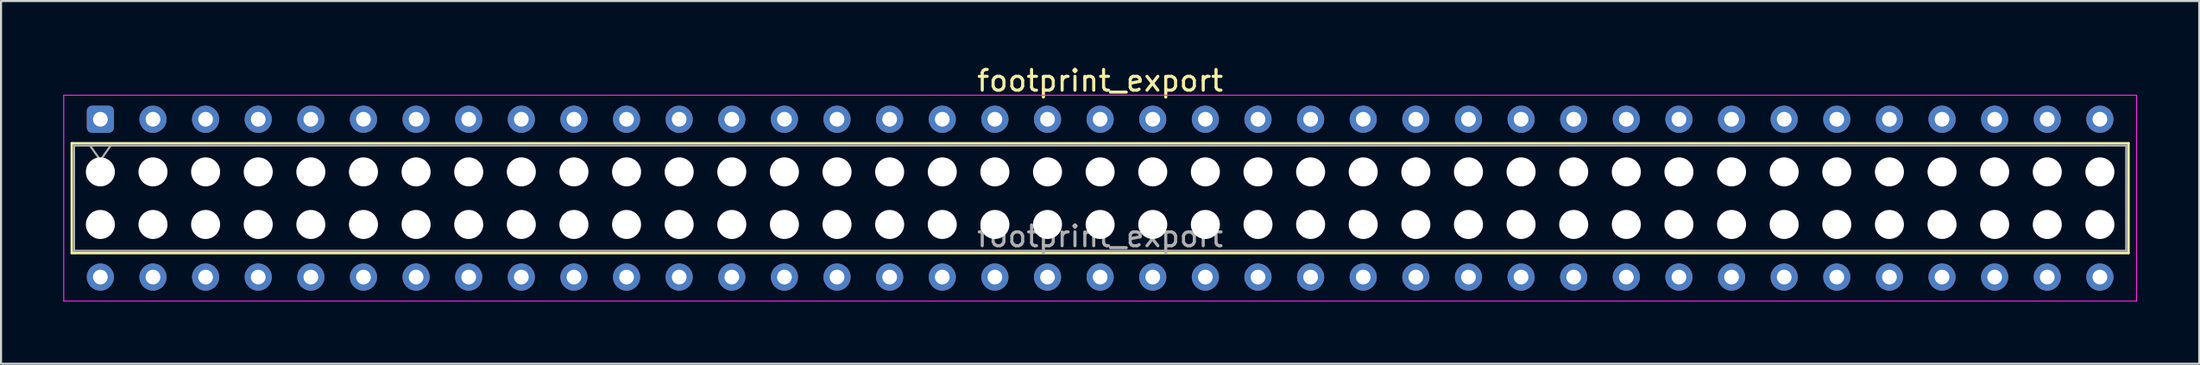
<source format=kicad_pcb>
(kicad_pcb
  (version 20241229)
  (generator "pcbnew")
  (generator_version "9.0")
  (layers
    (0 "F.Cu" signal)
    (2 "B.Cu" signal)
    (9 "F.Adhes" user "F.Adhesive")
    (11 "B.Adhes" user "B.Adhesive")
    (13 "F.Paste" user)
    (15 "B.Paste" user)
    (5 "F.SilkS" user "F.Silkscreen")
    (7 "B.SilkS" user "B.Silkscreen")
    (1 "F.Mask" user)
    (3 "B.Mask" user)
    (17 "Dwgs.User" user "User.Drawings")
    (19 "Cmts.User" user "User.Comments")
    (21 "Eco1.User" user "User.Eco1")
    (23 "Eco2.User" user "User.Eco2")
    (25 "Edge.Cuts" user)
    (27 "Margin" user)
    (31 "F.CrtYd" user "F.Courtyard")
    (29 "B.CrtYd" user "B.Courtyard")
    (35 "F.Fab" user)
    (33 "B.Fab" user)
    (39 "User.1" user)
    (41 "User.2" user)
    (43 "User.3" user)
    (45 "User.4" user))
  (footprint "footprint_export"
    (layer "F.Cu")
    (at 1.795 2.708)
    (property "Reference" "footprint_export" (at 48.26 -1.86 0) (layer "F.SilkS") (effects (font (size 1 1) (thickness 0.15))))
    (attr through_hole)
    (fp_line (start -1.38 1.16) (end 97.9 1.16) (stroke (width 0.12) (type solid)) (layer "F.SilkS"))
    (fp_line (start -1.38 6.46) (end -1.38 1.16) (stroke (width 0.12) (type solid)) (layer "F.SilkS"))
    (fp_line (start 97.9 1.16) (end 97.9 6.46) (stroke (width 0.12) (type solid)) (layer "F.SilkS"))
    (fp_line (start 97.9 6.46) (end -1.38 6.46) (stroke (width 0.12) (type solid)) (layer "F.SilkS"))
    (fp_line (start -1.77 -1.16) (end 98.29 -1.16) (stroke (width 0.05) (type solid)) (layer "F.CrtYd"))
    (fp_line (start -1.77 8.78) (end -1.77 -1.16) (stroke (width 0.05) (type solid)) (layer "F.CrtYd"))
    (fp_line (start 98.29 -1.16) (end 98.29 8.78) (stroke (width 0.05) (type solid)) (layer "F.CrtYd"))
    (fp_line (start 98.29 8.78) (end -1.77 8.78) (stroke (width 0.05) (type solid)) (layer "F.CrtYd"))
    (fp_line (start -1.27 1.27) (end 97.79 1.27) (stroke (width 0.1) (type solid)) (layer "F.Fab"))
    (fp_line (start -1.27 6.35) (end -1.27 1.27) (stroke (width 0.1) (type solid)) (layer "F.Fab"))
    (fp_line (start -0.5 1.27) (end 0 1.977) (stroke (width 0.1) (type solid)) (layer "F.Fab"))
    (fp_line (start 0 1.977) (end 0.5 1.27) (stroke (width 0.1) (type solid)) (layer "F.Fab"))
    (fp_line (start 97.79 1.27) (end 97.79 6.35) (stroke (width 0.1) (type solid)) (layer "F.Fab"))
    (fp_line (start 97.79 6.35) (end -1.27 6.35) (stroke (width 0.1) (type solid)) (layer "F.Fab"))
    (fp_text user "${REFERENCE}" (at 48.26 5.65 0) (layer "F.Fab") (effects (font (size 1 1) (thickness 0.15))))
    (pad "" np_thru_hole circle (at 0 2.54) (size 1.4 1.4) (drill 1.4) (layers "*.Cu" "*.Mask"))
    (pad "" np_thru_hole circle (at 0 5.08) (size 1.4 1.4) (drill 1.4) (layers "*.Cu" "*.Mask"))
    (pad "" np_thru_hole circle (at 2.54 2.54) (size 1.4 1.4) (drill 1.4) (layers "*.Cu" "*.Mask"))
    (pad "" np_thru_hole circle (at 2.54 5.08) (size 1.4 1.4) (drill 1.4) (layers "*.Cu" "*.Mask"))
    (pad "" np_thru_hole circle (at 5.08 2.54) (size 1.4 1.4) (drill 1.4) (layers "*.Cu" "*.Mask"))
    (pad "" np_thru_hole circle (at 5.08 5.08) (size 1.4 1.4) (drill 1.4) (layers "*.Cu" "*.Mask"))
    (pad "" np_thru_hole circle (at 7.62 2.54) (size 1.4 1.4) (drill 1.4) (layers "*.Cu" "*.Mask"))
    (pad "" np_thru_hole circle (at 7.62 5.08) (size 1.4 1.4) (drill 1.4) (layers "*.Cu" "*.Mask"))
    (pad "" np_thru_hole circle (at 10.16 2.54) (size 1.4 1.4) (drill 1.4) (layers "*.Cu" "*.Mask"))
    (pad "" np_thru_hole circle (at 10.16 5.08) (size 1.4 1.4) (drill 1.4) (layers "*.Cu" "*.Mask"))
    (pad "" np_thru_hole circle (at 12.7 2.54) (size 1.4 1.4) (drill 1.4) (layers "*.Cu" "*.Mask"))
    (pad "" np_thru_hole circle (at 12.7 5.08) (size 1.4 1.4) (drill 1.4) (layers "*.Cu" "*.Mask"))
    (pad "" np_thru_hole circle (at 15.24 2.54) (size 1.4 1.4) (drill 1.4) (layers "*.Cu" "*.Mask"))
    (pad "" np_thru_hole circle (at 15.24 5.08) (size 1.4 1.4) (drill 1.4) (layers "*.Cu" "*.Mask"))
    (pad "" np_thru_hole circle (at 17.78 2.54) (size 1.4 1.4) (drill 1.4) (layers "*.Cu" "*.Mask"))
    (pad "" np_thru_hole circle (at 17.78 5.08) (size 1.4 1.4) (drill 1.4) (layers "*.Cu" "*.Mask"))
    (pad "" np_thru_hole circle (at 20.32 2.54) (size 1.4 1.4) (drill 1.4) (layers "*.Cu" "*.Mask"))
    (pad "" np_thru_hole circle (at 20.32 5.08) (size 1.4 1.4) (drill 1.4) (layers "*.Cu" "*.Mask"))
    (pad "" np_thru_hole circle (at 22.86 2.54) (size 1.4 1.4) (drill 1.4) (layers "*.Cu" "*.Mask"))
    (pad "" np_thru_hole circle (at 22.86 5.08) (size 1.4 1.4) (drill 1.4) (layers "*.Cu" "*.Mask"))
    (pad "" np_thru_hole circle (at 25.4 2.54) (size 1.4 1.4) (drill 1.4) (layers "*.Cu" "*.Mask"))
    (pad "" np_thru_hole circle (at 25.4 5.08) (size 1.4 1.4) (drill 1.4) (layers "*.Cu" "*.Mask"))
    (pad "" np_thru_hole circle (at 27.94 2.54) (size 1.4 1.4) (drill 1.4) (layers "*.Cu" "*.Mask"))
    (pad "" np_thru_hole circle (at 27.94 5.08) (size 1.4 1.4) (drill 1.4) (layers "*.Cu" "*.Mask"))
    (pad "" np_thru_hole circle (at 30.48 2.54) (size 1.4 1.4) (drill 1.4) (layers "*.Cu" "*.Mask"))
    (pad "" np_thru_hole circle (at 30.48 5.08) (size 1.4 1.4) (drill 1.4) (layers "*.Cu" "*.Mask"))
    (pad "" np_thru_hole circle (at 33.02 2.54) (size 1.4 1.4) (drill 1.4) (layers "*.Cu" "*.Mask"))
    (pad "" np_thru_hole circle (at 33.02 5.08) (size 1.4 1.4) (drill 1.4) (layers "*.Cu" "*.Mask"))
    (pad "" np_thru_hole circle (at 35.56 2.54) (size 1.4 1.4) (drill 1.4) (layers "*.Cu" "*.Mask"))
    (pad "" np_thru_hole circle (at 35.56 5.08) (size 1.4 1.4) (drill 1.4) (layers "*.Cu" "*.Mask"))
    (pad "" np_thru_hole circle (at 38.1 2.54) (size 1.4 1.4) (drill 1.4) (layers "*.Cu" "*.Mask"))
    (pad "" np_thru_hole circle (at 38.1 5.08) (size 1.4 1.4) (drill 1.4) (layers "*.Cu" "*.Mask"))
    (pad "" np_thru_hole circle (at 40.64 2.54) (size 1.4 1.4) (drill 1.4) (layers "*.Cu" "*.Mask"))
    (pad "" np_thru_hole circle (at 40.64 5.08) (size 1.4 1.4) (drill 1.4) (layers "*.Cu" "*.Mask"))
    (pad "" np_thru_hole circle (at 43.18 2.54) (size 1.4 1.4) (drill 1.4) (layers "*.Cu" "*.Mask"))
    (pad "" np_thru_hole circle (at 43.18 5.08) (size 1.4 1.4) (drill 1.4) (layers "*.Cu" "*.Mask"))
    (pad "" np_thru_hole circle (at 45.72 2.54) (size 1.4 1.4) (drill 1.4) (layers "*.Cu" "*.Mask"))
    (pad "" np_thru_hole circle (at 45.72 5.08) (size 1.4 1.4) (drill 1.4) (layers "*.Cu" "*.Mask"))
    (pad "" np_thru_hole circle (at 48.26 2.54) (size 1.4 1.4) (drill 1.4) (layers "*.Cu" "*.Mask"))
    (pad "" np_thru_hole circle (at 48.26 5.08) (size 1.4 1.4) (drill 1.4) (layers "*.Cu" "*.Mask"))
    (pad "" np_thru_hole circle (at 50.8 2.54) (size 1.4 1.4) (drill 1.4) (layers "*.Cu" "*.Mask"))
    (pad "" np_thru_hole circle (at 50.8 5.08) (size 1.4 1.4) (drill 1.4) (layers "*.Cu" "*.Mask"))
    (pad "" np_thru_hole circle (at 53.34 2.54) (size 1.4 1.4) (drill 1.4) (layers "*.Cu" "*.Mask"))
    (pad "" np_thru_hole circle (at 53.34 5.08) (size 1.4 1.4) (drill 1.4) (layers "*.Cu" "*.Mask"))
    (pad "" np_thru_hole circle (at 55.88 2.54) (size 1.4 1.4) (drill 1.4) (layers "*.Cu" "*.Mask"))
    (pad "" np_thru_hole circle (at 55.88 5.08) (size 1.4 1.4) (drill 1.4) (layers "*.Cu" "*.Mask"))
    (pad "" np_thru_hole circle (at 58.42 2.54) (size 1.4 1.4) (drill 1.4) (layers "*.Cu" "*.Mask"))
    (pad "" np_thru_hole circle (at 58.42 5.08) (size 1.4 1.4) (drill 1.4) (layers "*.Cu" "*.Mask"))
    (pad "" np_thru_hole circle (at 60.96 2.54) (size 1.4 1.4) (drill 1.4) (layers "*.Cu" "*.Mask"))
    (pad "" np_thru_hole circle (at 60.96 5.08) (size 1.4 1.4) (drill 1.4) (layers "*.Cu" "*.Mask"))
    (pad "" np_thru_hole circle (at 63.5 2.54) (size 1.4 1.4) (drill 1.4) (layers "*.Cu" "*.Mask"))
    (pad "" np_thru_hole circle (at 63.5 5.08) (size 1.4 1.4) (drill 1.4) (layers "*.Cu" "*.Mask"))
    (pad "" np_thru_hole circle (at 66.04 2.54) (size 1.4 1.4) (drill 1.4) (layers "*.Cu" "*.Mask"))
    (pad "" np_thru_hole circle (at 66.04 5.08) (size 1.4 1.4) (drill 1.4) (layers "*.Cu" "*.Mask"))
    (pad "" np_thru_hole circle (at 68.58 2.54) (size 1.4 1.4) (drill 1.4) (layers "*.Cu" "*.Mask"))
    (pad "" np_thru_hole circle (at 68.58 5.08) (size 1.4 1.4) (drill 1.4) (layers "*.Cu" "*.Mask"))
    (pad "" np_thru_hole circle (at 71.12 2.54) (size 1.4 1.4) (drill 1.4) (layers "*.Cu" "*.Mask"))
    (pad "" np_thru_hole circle (at 71.12 5.08) (size 1.4 1.4) (drill 1.4) (layers "*.Cu" "*.Mask"))
    (pad "" np_thru_hole circle (at 73.66 2.54) (size 1.4 1.4) (drill 1.4) (layers "*.Cu" "*.Mask"))
    (pad "" np_thru_hole circle (at 73.66 5.08) (size 1.4 1.4) (drill 1.4) (layers "*.Cu" "*.Mask"))
    (pad "" np_thru_hole circle (at 76.2 2.54) (size 1.4 1.4) (drill 1.4) (layers "*.Cu" "*.Mask"))
    (pad "" np_thru_hole circle (at 76.2 5.08) (size 1.4 1.4) (drill 1.4) (layers "*.Cu" "*.Mask"))
    (pad "" np_thru_hole circle (at 78.74 2.54) (size 1.4 1.4) (drill 1.4) (layers "*.Cu" "*.Mask"))
    (pad "" np_thru_hole circle (at 78.74 5.08) (size 1.4 1.4) (drill 1.4) (layers "*.Cu" "*.Mask"))
    (pad "" np_thru_hole circle (at 81.28 2.54) (size 1.4 1.4) (drill 1.4) (layers "*.Cu" "*.Mask"))
    (pad "" np_thru_hole circle (at 81.28 5.08) (size 1.4 1.4) (drill 1.4) (layers "*.Cu" "*.Mask"))
    (pad "" np_thru_hole circle (at 83.82 2.54) (size 1.4 1.4) (drill 1.4) (layers "*.Cu" "*.Mask"))
    (pad "" np_thru_hole circle (at 83.82 5.08) (size 1.4 1.4) (drill 1.4) (layers "*.Cu" "*.Mask"))
    (pad "" np_thru_hole circle (at 86.36 2.54) (size 1.4 1.4) (drill 1.4) (layers "*.Cu" "*.Mask"))
    (pad "" np_thru_hole circle (at 86.36 5.08) (size 1.4 1.4) (drill 1.4) (layers "*.Cu" "*.Mask"))
    (pad "" np_thru_hole circle (at 88.9 2.54) (size 1.4 1.4) (drill 1.4) (layers "*.Cu" "*.Mask"))
    (pad "" np_thru_hole circle (at 88.9 5.08) (size 1.4 1.4) (drill 1.4) (layers "*.Cu" "*.Mask"))
    (pad "" np_thru_hole circle (at 91.44 2.54) (size 1.4 1.4) (drill 1.4) (layers "*.Cu" "*.Mask"))
    (pad "" np_thru_hole circle (at 91.44 5.08) (size 1.4 1.4) (drill 1.4) (layers "*.Cu" "*.Mask"))
    (pad "" np_thru_hole circle (at 93.98 2.54) (size 1.4 1.4) (drill 1.4) (layers "*.Cu" "*.Mask"))
    (pad "" np_thru_hole circle (at 93.98 5.08) (size 1.4 1.4) (drill 1.4) (layers "*.Cu" "*.Mask"))
    (pad "" np_thru_hole circle (at 96.52 2.54) (size 1.4 1.4) (drill 1.4) (layers "*.Cu" "*.Mask"))
    (pad "" np_thru_hole circle (at 96.52 5.08) (size 1.4 1.4) (drill 1.4) (layers "*.Cu" "*.Mask"))
    (pad "1" thru_hole roundrect (at 0 0) (size 1.31 1.31) (drill 0.71) (layers "*.Cu" "*.Mask") (roundrect_rratio 0.191))
    (pad "2" thru_hole circle (at 0 7.62) (size 1.31 1.31) (drill 0.71) (layers "*.Cu" "*.Mask"))
    (pad "3" thru_hole circle (at 2.54 0) (size 1.31 1.31) (drill 0.71) (layers "*.Cu" "*.Mask"))
    (pad "4" thru_hole circle (at 2.54 7.62) (size 1.31 1.31) (drill 0.71) (layers "*.Cu" "*.Mask"))
    (pad "5" thru_hole circle (at 5.08 0) (size 1.31 1.31) (drill 0.71) (layers "*.Cu" "*.Mask"))
    (pad "6" thru_hole circle (at 5.08 7.62) (size 1.31 1.31) (drill 0.71) (layers "*.Cu" "*.Mask"))
    (pad "7" thru_hole circle (at 7.62 0) (size 1.31 1.31) (drill 0.71) (layers "*.Cu" "*.Mask"))
    (pad "8" thru_hole circle (at 7.62 7.62) (size 1.31 1.31) (drill 0.71) (layers "*.Cu" "*.Mask"))
    (pad "9" thru_hole circle (at 10.16 0) (size 1.31 1.31) (drill 0.71) (layers "*.Cu" "*.Mask"))
    (pad "10" thru_hole circle (at 10.16 7.62) (size 1.31 1.31) (drill 0.71) (layers "*.Cu" "*.Mask"))
    (pad "11" thru_hole circle (at 12.7 0) (size 1.31 1.31) (drill 0.71) (layers "*.Cu" "*.Mask"))
    (pad "12" thru_hole circle (at 12.7 7.62) (size 1.31 1.31) (drill 0.71) (layers "*.Cu" "*.Mask"))
    (pad "13" thru_hole circle (at 15.24 0) (size 1.31 1.31) (drill 0.71) (layers "*.Cu" "*.Mask"))
    (pad "14" thru_hole circle (at 15.24 7.62) (size 1.31 1.31) (drill 0.71) (layers "*.Cu" "*.Mask"))
    (pad "15" thru_hole circle (at 17.78 0) (size 1.31 1.31) (drill 0.71) (layers "*.Cu" "*.Mask"))
    (pad "16" thru_hole circle (at 17.78 7.62) (size 1.31 1.31) (drill 0.71) (layers "*.Cu" "*.Mask"))
    (pad "17" thru_hole circle (at 20.32 0) (size 1.31 1.31) (drill 0.71) (layers "*.Cu" "*.Mask"))
    (pad "18" thru_hole circle (at 20.32 7.62) (size 1.31 1.31) (drill 0.71) (layers "*.Cu" "*.Mask"))
    (pad "19" thru_hole circle (at 22.86 0) (size 1.31 1.31) (drill 0.71) (layers "*.Cu" "*.Mask"))
    (pad "20" thru_hole circle (at 22.86 7.62) (size 1.31 1.31) (drill 0.71) (layers "*.Cu" "*.Mask"))
    (pad "21" thru_hole circle (at 25.4 0) (size 1.31 1.31) (drill 0.71) (layers "*.Cu" "*.Mask"))
    (pad "22" thru_hole circle (at 25.4 7.62) (size 1.31 1.31) (drill 0.71) (layers "*.Cu" "*.Mask"))
    (pad "23" thru_hole circle (at 27.94 0) (size 1.31 1.31) (drill 0.71) (layers "*.Cu" "*.Mask"))
    (pad "24" thru_hole circle (at 27.94 7.62) (size 1.31 1.31) (drill 0.71) (layers "*.Cu" "*.Mask"))
    (pad "25" thru_hole circle (at 30.48 0) (size 1.31 1.31) (drill 0.71) (layers "*.Cu" "*.Mask"))
    (pad "26" thru_hole circle (at 30.48 7.62) (size 1.31 1.31) (drill 0.71) (layers "*.Cu" "*.Mask"))
    (pad "27" thru_hole circle (at 33.02 0) (size 1.31 1.31) (drill 0.71) (layers "*.Cu" "*.Mask"))
    (pad "28" thru_hole circle (at 33.02 7.62) (size 1.31 1.31) (drill 0.71) (layers "*.Cu" "*.Mask"))
    (pad "29" thru_hole circle (at 35.56 0) (size 1.31 1.31) (drill 0.71) (layers "*.Cu" "*.Mask"))
    (pad "30" thru_hole circle (at 35.56 7.62) (size 1.31 1.31) (drill 0.71) (layers "*.Cu" "*.Mask"))
    (pad "31" thru_hole circle (at 38.1 0) (size 1.31 1.31) (drill 0.71) (layers "*.Cu" "*.Mask"))
    (pad "32" thru_hole circle (at 38.1 7.62) (size 1.31 1.31) (drill 0.71) (layers "*.Cu" "*.Mask"))
    (pad "33" thru_hole circle (at 40.64 0) (size 1.31 1.31) (drill 0.71) (layers "*.Cu" "*.Mask"))
    (pad "34" thru_hole circle (at 40.64 7.62) (size 1.31 1.31) (drill 0.71) (layers "*.Cu" "*.Mask"))
    (pad "35" thru_hole circle (at 43.18 0) (size 1.31 1.31) (drill 0.71) (layers "*.Cu" "*.Mask"))
    (pad "36" thru_hole circle (at 43.18 7.62) (size 1.31 1.31) (drill 0.71) (layers "*.Cu" "*.Mask"))
    (pad "37" thru_hole circle (at 45.72 0) (size 1.31 1.31) (drill 0.71) (layers "*.Cu" "*.Mask"))
    (pad "38" thru_hole circle (at 45.72 7.62) (size 1.31 1.31) (drill 0.71) (layers "*.Cu" "*.Mask"))
    (pad "39" thru_hole circle (at 48.26 0) (size 1.31 1.31) (drill 0.71) (layers "*.Cu" "*.Mask"))
    (pad "40" thru_hole circle (at 48.26 7.62) (size 1.31 1.31) (drill 0.71) (layers "*.Cu" "*.Mask"))
    (pad "41" thru_hole circle (at 50.8 0) (size 1.31 1.31) (drill 0.71) (layers "*.Cu" "*.Mask"))
    (pad "42" thru_hole circle (at 50.8 7.62) (size 1.31 1.31) (drill 0.71) (layers "*.Cu" "*.Mask"))
    (pad "43" thru_hole circle (at 53.34 0) (size 1.31 1.31) (drill 0.71) (layers "*.Cu" "*.Mask"))
    (pad "44" thru_hole circle (at 53.34 7.62) (size 1.31 1.31) (drill 0.71) (layers "*.Cu" "*.Mask"))
    (pad "45" thru_hole circle (at 55.88 0) (size 1.31 1.31) (drill 0.71) (layers "*.Cu" "*.Mask"))
    (pad "46" thru_hole circle (at 55.88 7.62) (size 1.31 1.31) (drill 0.71) (layers "*.Cu" "*.Mask"))
    (pad "47" thru_hole circle (at 58.42 0) (size 1.31 1.31) (drill 0.71) (layers "*.Cu" "*.Mask"))
    (pad "48" thru_hole circle (at 58.42 7.62) (size 1.31 1.31) (drill 0.71) (layers "*.Cu" "*.Mask"))
    (pad "49" thru_hole circle (at 60.96 0) (size 1.31 1.31) (drill 0.71) (layers "*.Cu" "*.Mask"))
    (pad "50" thru_hole circle (at 60.96 7.62) (size 1.31 1.31) (drill 0.71) (layers "*.Cu" "*.Mask"))
    (pad "51" thru_hole circle (at 63.5 0) (size 1.31 1.31) (drill 0.71) (layers "*.Cu" "*.Mask"))
    (pad "52" thru_hole circle (at 63.5 7.62) (size 1.31 1.31) (drill 0.71) (layers "*.Cu" "*.Mask"))
    (pad "53" thru_hole circle (at 66.04 0) (size 1.31 1.31) (drill 0.71) (layers "*.Cu" "*.Mask"))
    (pad "54" thru_hole circle (at 66.04 7.62) (size 1.31 1.31) (drill 0.71) (layers "*.Cu" "*.Mask"))
    (pad "55" thru_hole circle (at 68.58 0) (size 1.31 1.31) (drill 0.71) (layers "*.Cu" "*.Mask"))
    (pad "56" thru_hole circle (at 68.58 7.62) (size 1.31 1.31) (drill 0.71) (layers "*.Cu" "*.Mask"))
    (pad "57" thru_hole circle (at 71.12 0) (size 1.31 1.31) (drill 0.71) (layers "*.Cu" "*.Mask"))
    (pad "58" thru_hole circle (at 71.12 7.62) (size 1.31 1.31) (drill 0.71) (layers "*.Cu" "*.Mask"))
    (pad "59" thru_hole circle (at 73.66 0) (size 1.31 1.31) (drill 0.71) (layers "*.Cu" "*.Mask"))
    (pad "60" thru_hole circle (at 73.66 7.62) (size 1.31 1.31) (drill 0.71) (layers "*.Cu" "*.Mask"))
    (pad "61" thru_hole circle (at 76.2 0) (size 1.31 1.31) (drill 0.71) (layers "*.Cu" "*.Mask"))
    (pad "62" thru_hole circle (at 76.2 7.62) (size 1.31 1.31) (drill 0.71) (layers "*.Cu" "*.Mask"))
    (pad "63" thru_hole circle (at 78.74 0) (size 1.31 1.31) (drill 0.71) (layers "*.Cu" "*.Mask"))
    (pad "64" thru_hole circle (at 78.74 7.62) (size 1.31 1.31) (drill 0.71) (layers "*.Cu" "*.Mask"))
    (pad "65" thru_hole circle (at 81.28 0) (size 1.31 1.31) (drill 0.71) (layers "*.Cu" "*.Mask"))
    (pad "66" thru_hole circle (at 81.28 7.62) (size 1.31 1.31) (drill 0.71) (layers "*.Cu" "*.Mask"))
    (pad "67" thru_hole circle (at 83.82 0) (size 1.31 1.31) (drill 0.71) (layers "*.Cu" "*.Mask"))
    (pad "68" thru_hole circle (at 83.82 7.62) (size 1.31 1.31) (drill 0.71) (layers "*.Cu" "*.Mask"))
    (pad "69" thru_hole circle (at 86.36 0) (size 1.31 1.31) (drill 0.71) (layers "*.Cu" "*.Mask"))
    (pad "70" thru_hole circle (at 86.36 7.62) (size 1.31 1.31) (drill 0.71) (layers "*.Cu" "*.Mask"))
    (pad "71" thru_hole circle (at 88.9 0) (size 1.31 1.31) (drill 0.71) (layers "*.Cu" "*.Mask"))
    (pad "72" thru_hole circle (at 88.9 7.62) (size 1.31 1.31) (drill 0.71) (layers "*.Cu" "*.Mask"))
    (pad "73" thru_hole circle (at 91.44 0) (size 1.31 1.31) (drill 0.71) (layers "*.Cu" "*.Mask"))
    (pad "74" thru_hole circle (at 91.44 7.62) (size 1.31 1.31) (drill 0.71) (layers "*.Cu" "*.Mask"))
    (pad "75" thru_hole circle (at 93.98 0) (size 1.31 1.31) (drill 0.71) (layers "*.Cu" "*.Mask"))
    (pad "76" thru_hole circle (at 93.98 7.62) (size 1.31 1.31) (drill 0.71) (layers "*.Cu" "*.Mask"))
    (pad "77" thru_hole circle (at 96.52 0) (size 1.31 1.31) (drill 0.71) (layers "*.Cu" "*.Mask"))
    (pad "78" thru_hole circle (at 96.52 7.62) (size 1.31 1.31) (drill 0.71) (layers "*.Cu" "*.Mask")))
  (gr_rect
    (start -3 -3)
    (end 103.11 14.513)
    (stroke (width 0.1) (type default))
    (fill no)
    (layer "Edge.Cuts")))
</source>
